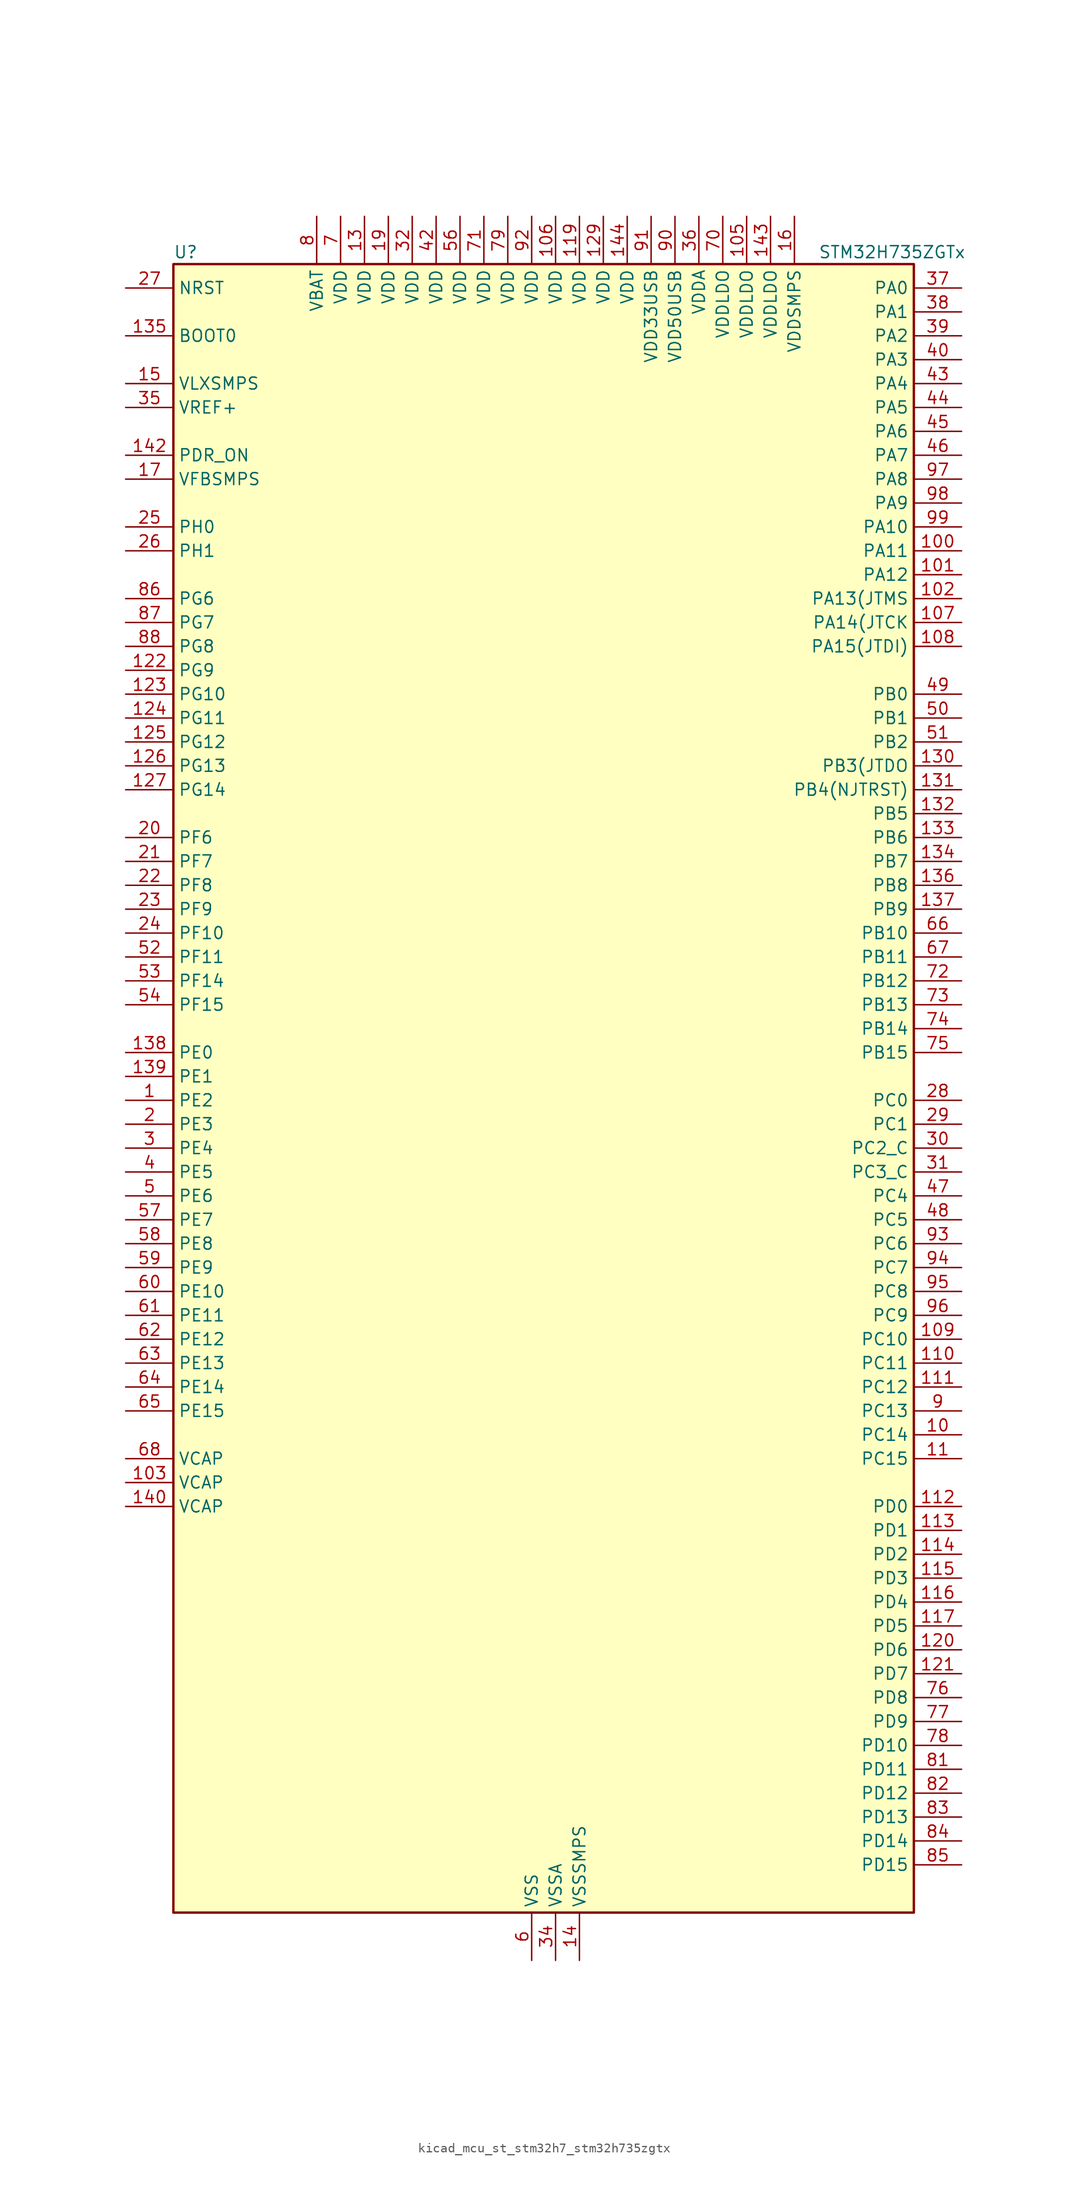
<source format=kicad_sym>
(kicad_symbol_lib
  (version 20220914)
  (generator kicad_symbol_editor)
  (symbol "kicad_mcu_st_stm32h7_stm32h735zgtx"
    (property "Reference" "U"
      (at -38.1 90.17 0)
      (effects (font (size 1.27 1.27)) (justify left)))
    (property "Value" "STM32H735ZGTx"
      (at 30.48 90.17 0)
      (effects (font (size 1.27 1.27)) (justify left)))
    (property "ki_locked" ""
      (at 0 0 0)
      (effects (font (size 1.27 1.27))))
    (symbol "kicad_mcu_st_stm32h7_stm32h735zgtx_0_1"
      (rectangle (start -38.1 -86.36) (end 40.64 88.9) (stroke (width 0.254) (type default)) (fill (type background))))
    (symbol "kicad_mcu_st_stm32h7_stm32h735zgtx_1_1"
      (pin bidirectional line (at -43.18 0 0) (length 5.08) (name "PE2" (effects (font (size 1.27 1.27)))) (number "1" (effects (font (size 1.27 1.27)))) (alternate "DEBUG_TRACECLK" bidirectional line) (alternate "ETH_TXD3" bidirectional line) (alternate "FMC_A23" bidirectional line) (alternate "OCTOSPIM_P1_IO2" bidirectional line) (alternate "SAI1_CK1" bidirectional line) (alternate "SAI1_MCLK_A" bidirectional line) (alternate "SAI4_CK1" bidirectional line) (alternate "SAI4_MCLK_A" bidirectional line) (alternate "SPI4_SCK" bidirectional line) (alternate "USART10_RX" bidirectional line))
      (pin bidirectional line (at 45.72 -35.56 180) (length 5.08) (name "PC14" (effects (font (size 1.27 1.27)))) (number "10" (effects (font (size 1.27 1.27)))) (alternate "RCC_OSC32_IN" bidirectional line))
      (pin bidirectional line (at 45.72 58.42 180) (length 5.08) (name "PA11" (effects (font (size 1.27 1.27)))) (number "100" (effects (font (size 1.27 1.27)))) (alternate "ADC1_EXTI11" bidirectional line) (alternate "ADC2_EXTI11" bidirectional line) (alternate "ADC3_EXTI11" bidirectional line) (alternate "FDCAN1_RX" bidirectional line) (alternate "I2S2_WS" bidirectional line) (alternate "LPUART1_CTS" bidirectional line) (alternate "LTDC_R4" bidirectional line) (alternate "SPI2_NSS" bidirectional line) (alternate "TIM1_CH4" bidirectional line) (alternate "UART4_RX" bidirectional line) (alternate "USART1_CTS" bidirectional line) (alternate "USART1_NSS" bidirectional line) (alternate "USB_OTG_HS_DM" bidirectional line))
      (pin bidirectional line (at 45.72 55.88 180) (length 5.08) (name "PA12" (effects (font (size 1.27 1.27)))) (number "101" (effects (font (size 1.27 1.27)))) (alternate "FDCAN1_TX" bidirectional line) (alternate "I2S2_CK" bidirectional line) (alternate "LPUART1_DE" bidirectional line) (alternate "LPUART1_RTS" bidirectional line) (alternate "LTDC_R5" bidirectional line) (alternate "SAI4_FS_B" bidirectional line) (alternate "SPI2_SCK" bidirectional line) (alternate "TIM1_BKIN2" bidirectional line) (alternate "TIM1_ETR" bidirectional line) (alternate "UART4_TX" bidirectional line) (alternate "USART1_DE" bidirectional line) (alternate "USART1_RTS" bidirectional line) (alternate "USB_OTG_HS_DP" bidirectional line))
      (pin bidirectional line (at 45.72 53.34 180) (length 5.08) (name "PA13(JTMS" (effects (font (size 1.27 1.27)))) (number "102" (effects (font (size 1.27 1.27)))) (alternate "DEBUG_JTMS-SWDIO" bidirectional line))
      (pin power_out line (at -43.18 -40.64 0) (length 5.08) (name "VCAP" (effects (font (size 1.27 1.27)))) (number "103" (effects (font (size 1.27 1.27)))))
      (pin passive line (at 0 -91.44 90) (length 5.08) hide (name "VSS" (effects (font (size 1.27 1.27)))) (number "104" (effects (font (size 1.27 1.27)))))
      (pin power_in line (at 22.86 93.98 270) (length 5.08) (name "VDDLDO" (effects (font (size 1.27 1.27)))) (number "105" (effects (font (size 1.27 1.27)))))
      (pin power_in line (at 2.54 93.98 270) (length 5.08) (name "VDD" (effects (font (size 1.27 1.27)))) (number "106" (effects (font (size 1.27 1.27)))))
      (pin bidirectional line (at 45.72 50.8 180) (length 5.08) (name "PA14(JTCK" (effects (font (size 1.27 1.27)))) (number "107" (effects (font (size 1.27 1.27)))) (alternate "DEBUG_JTCK-SWCLK" bidirectional line))
      (pin bidirectional line (at 45.72 48.26 180) (length 5.08) (name "PA15(JTDI)" (effects (font (size 1.27 1.27)))) (number "108" (effects (font (size 1.27 1.27)))) (alternate "ADC1_EXTI15" bidirectional line) (alternate "ADC2_EXTI15" bidirectional line) (alternate "ADC3_EXTI15" bidirectional line) (alternate "CEC" bidirectional line) (alternate "DEBUG_JTDI" bidirectional line) (alternate "I2S1_WS" bidirectional line) (alternate "I2S3_WS" bidirectional line) (alternate "I2S6_WS" bidirectional line) (alternate "LTDC_B6" bidirectional line) (alternate "LTDC_R3" bidirectional line) (alternate "SPI1_NSS" bidirectional line) (alternate "SPI3_NSS" bidirectional line) (alternate "SPI6_NSS" bidirectional line) (alternate "TIM2_CH1" bidirectional line) (alternate "TIM2_ETR" bidirectional line) (alternate "UART4_DE" bidirectional line) (alternate "UART4_RTS" bidirectional line) (alternate "UART7_TX" bidirectional line))
      (pin bidirectional line (at 45.72 -25.4 180) (length 5.08) (name "PC10" (effects (font (size 1.27 1.27)))) (number "109" (effects (font (size 1.27 1.27)))) (alternate "DCMI_D8" bidirectional line) (alternate "DFSDM1_CKIN5" bidirectional line) (alternate "I2C5_SDA" bidirectional line) (alternate "I2S3_CK" bidirectional line) (alternate "LTDC_B1" bidirectional line) (alternate "LTDC_R2" bidirectional line) (alternate "OCTOSPIM_P1_IO1" bidirectional line) (alternate "PSSI_D8" bidirectional line) (alternate "SDMMC1_D2" bidirectional line) (alternate "SPI3_SCK" bidirectional line) (alternate "SWPMI1_RX" bidirectional line) (alternate "UART4_TX" bidirectional line) (alternate "USART3_TX" bidirectional line))
      (pin bidirectional line (at 45.72 -38.1 180) (length 5.08) (name "PC15" (effects (font (size 1.27 1.27)))) (number "11" (effects (font (size 1.27 1.27)))) (alternate "ADC1_EXTI15" bidirectional line) (alternate "ADC2_EXTI15" bidirectional line) (alternate "ADC3_EXTI15" bidirectional line) (alternate "RCC_OSC32_OUT" bidirectional line))
      (pin bidirectional line (at 45.72 -27.94 180) (length 5.08) (name "PC11" (effects (font (size 1.27 1.27)))) (number "110" (effects (font (size 1.27 1.27)))) (alternate "ADC1_EXTI11" bidirectional line) (alternate "ADC2_EXTI11" bidirectional line) (alternate "ADC3_EXTI11" bidirectional line) (alternate "DCMI_D4" bidirectional line) (alternate "DFSDM1_DATIN5" bidirectional line) (alternate "I2C5_SCL" bidirectional line) (alternate "I2S3_SDI" bidirectional line) (alternate "LTDC_B4" bidirectional line) (alternate "OCTOSPIM_P1_NCS" bidirectional line) (alternate "PSSI_D4" bidirectional line) (alternate "SDMMC1_D3" bidirectional line) (alternate "SPI3_MISO" bidirectional line) (alternate "UART4_RX" bidirectional line) (alternate "USART3_RX" bidirectional line))
      (pin bidirectional line (at 45.72 -30.48 180) (length 5.08) (name "PC12" (effects (font (size 1.27 1.27)))) (number "111" (effects (font (size 1.27 1.27)))) (alternate "DCMI_D9" bidirectional line) (alternate "DEBUG_TRACED3" bidirectional line) (alternate "FMC_D6" bidirectional line) (alternate "FMC_DA6" bidirectional line) (alternate "I2C5_SMBA" bidirectional line) (alternate "I2S3_SDO" bidirectional line) (alternate "I2S6_CK" bidirectional line) (alternate "LTDC_R6" bidirectional line) (alternate "PSSI_D9" bidirectional line) (alternate "SDMMC1_CK" bidirectional line) (alternate "SPI3_MOSI" bidirectional line) (alternate "SPI6_SCK" bidirectional line) (alternate "TIM15_CH1" bidirectional line) (alternate "UART5_TX" bidirectional line) (alternate "USART3_CK" bidirectional line))
      (pin bidirectional line (at 45.72 -43.18 180) (length 5.08) (name "PD0" (effects (font (size 1.27 1.27)))) (number "112" (effects (font (size 1.27 1.27)))) (alternate "DFSDM1_CKIN6" bidirectional line) (alternate "FDCAN1_RX" bidirectional line) (alternate "FMC_D2" bidirectional line) (alternate "FMC_DA2" bidirectional line) (alternate "LTDC_B1" bidirectional line) (alternate "UART4_RX" bidirectional line) (alternate "UART9_CTS" bidirectional line))
      (pin bidirectional line (at 45.72 -45.72 180) (length 5.08) (name "PD1" (effects (font (size 1.27 1.27)))) (number "113" (effects (font (size 1.27 1.27)))) (alternate "DFSDM1_DATIN6" bidirectional line) (alternate "FDCAN1_TX" bidirectional line) (alternate "FMC_D3" bidirectional line) (alternate "FMC_DA3" bidirectional line) (alternate "UART4_TX" bidirectional line))
      (pin bidirectional line (at 45.72 -48.26 180) (length 5.08) (name "PD2" (effects (font (size 1.27 1.27)))) (number "114" (effects (font (size 1.27 1.27)))) (alternate "DCMI_D11" bidirectional line) (alternate "DEBUG_TRACED2" bidirectional line) (alternate "FMC_D7" bidirectional line) (alternate "FMC_DA7" bidirectional line) (alternate "LTDC_B2" bidirectional line) (alternate "LTDC_B7" bidirectional line) (alternate "PSSI_D11" bidirectional line) (alternate "SDMMC1_CMD" bidirectional line) (alternate "TIM15_BKIN" bidirectional line) (alternate "TIM3_ETR" bidirectional line) (alternate "UART5_RX" bidirectional line))
      (pin bidirectional line (at 45.72 -50.8 180) (length 5.08) (name "PD3" (effects (font (size 1.27 1.27)))) (number "115" (effects (font (size 1.27 1.27)))) (alternate "DCMI_D5" bidirectional line) (alternate "DFSDM1_CKOUT" bidirectional line) (alternate "FMC_CLK" bidirectional line) (alternate "I2S2_CK" bidirectional line) (alternate "LTDC_G7" bidirectional line) (alternate "PSSI_D5" bidirectional line) (alternate "SPI2_SCK" bidirectional line) (alternate "USART2_CTS" bidirectional line) (alternate "USART2_NSS" bidirectional line))
      (pin bidirectional line (at 45.72 -53.34 180) (length 5.08) (name "PD4" (effects (font (size 1.27 1.27)))) (number "116" (effects (font (size 1.27 1.27)))) (alternate "FMC_NOE" bidirectional line) (alternate "OCTOSPIM_P1_IO4" bidirectional line) (alternate "USART2_DE" bidirectional line) (alternate "USART2_RTS" bidirectional line))
      (pin bidirectional line (at 45.72 -55.88 180) (length 5.08) (name "PD5" (effects (font (size 1.27 1.27)))) (number "117" (effects (font (size 1.27 1.27)))) (alternate "FMC_NWE" bidirectional line) (alternate "OCTOSPIM_P1_IO5" bidirectional line) (alternate "USART2_TX" bidirectional line))
      (pin passive line (at 0 -91.44 90) (length 5.08) hide (name "VSS" (effects (font (size 1.27 1.27)))) (number "118" (effects (font (size 1.27 1.27)))))
      (pin power_in line (at 5.08 93.98 270) (length 5.08) (name "VDD" (effects (font (size 1.27 1.27)))) (number "119" (effects (font (size 1.27 1.27)))))
      (pin passive line (at 0 -91.44 90) (length 5.08) hide (name "VSS" (effects (font (size 1.27 1.27)))) (number "12" (effects (font (size 1.27 1.27)))))
      (pin bidirectional line (at 45.72 -58.42 180) (length 5.08) (name "PD6" (effects (font (size 1.27 1.27)))) (number "120" (effects (font (size 1.27 1.27)))) (alternate "DCMI_D10" bidirectional line) (alternate "DFSDM1_CKIN4" bidirectional line) (alternate "DFSDM1_DATIN1" bidirectional line) (alternate "FMC_NWAIT" bidirectional line) (alternate "I2S3_SDO" bidirectional line) (alternate "LTDC_B2" bidirectional line) (alternate "OCTOSPIM_P1_IO6" bidirectional line) (alternate "PSSI_D10" bidirectional line) (alternate "SAI1_D1" bidirectional line) (alternate "SAI1_SD_A" bidirectional line) (alternate "SAI4_D1" bidirectional line) (alternate "SAI4_SD_A" bidirectional line) (alternate "SDMMC2_CK" bidirectional line) (alternate "SPI3_MOSI" bidirectional line) (alternate "USART2_RX" bidirectional line))
      (pin bidirectional line (at 45.72 -60.96 180) (length 5.08) (name "PD7" (effects (font (size 1.27 1.27)))) (number "121" (effects (font (size 1.27 1.27)))) (alternate "DFSDM1_CKIN1" bidirectional line) (alternate "DFSDM1_DATIN4" bidirectional line) (alternate "FMC_NE1" bidirectional line) (alternate "I2S1_SDO" bidirectional line) (alternate "OCTOSPIM_P1_IO7" bidirectional line) (alternate "SDMMC2_CMD" bidirectional line) (alternate "SPDIFRX1_IN0" bidirectional line) (alternate "SPI1_MOSI" bidirectional line) (alternate "USART2_CK" bidirectional line))
      (pin bidirectional line (at -43.18 45.72 0) (length 5.08) (name "PG9" (effects (font (size 1.27 1.27)))) (number "122" (effects (font (size 1.27 1.27)))) (alternate "DAC1_EXTI9" bidirectional line) (alternate "DCMI_VSYNC" bidirectional line) (alternate "FDCAN3_TX" bidirectional line) (alternate "FMC_NCE" bidirectional line) (alternate "FMC_NE2" bidirectional line) (alternate "I2S1_SDI" bidirectional line) (alternate "OCTOSPIM_P1_IO6" bidirectional line) (alternate "PSSI_RDY" bidirectional line) (alternate "SAI4_FS_B" bidirectional line) (alternate "SDMMC2_D0" bidirectional line) (alternate "SPDIFRX1_IN3" bidirectional line) (alternate "SPI1_MISO" bidirectional line) (alternate "USART6_RX" bidirectional line))
      (pin bidirectional line (at -43.18 43.18 0) (length 5.08) (name "PG10" (effects (font (size 1.27 1.27)))) (number "123" (effects (font (size 1.27 1.27)))) (alternate "DCMI_D2" bidirectional line) (alternate "FDCAN3_RX" bidirectional line) (alternate "FMC_NE3" bidirectional line) (alternate "I2S1_WS" bidirectional line) (alternate "LTDC_B2" bidirectional line) (alternate "LTDC_G3" bidirectional line) (alternate "OCTOSPIM_P2_IO6" bidirectional line) (alternate "PSSI_D2" bidirectional line) (alternate "SAI4_SD_B" bidirectional line) (alternate "SDMMC2_D1" bidirectional line) (alternate "SPI1_NSS" bidirectional line))
      (pin bidirectional line (at -43.18 40.64 0) (length 5.08) (name "PG11" (effects (font (size 1.27 1.27)))) (number "124" (effects (font (size 1.27 1.27)))) (alternate "ADC1_EXTI11" bidirectional line) (alternate "ADC2_EXTI11" bidirectional line) (alternate "ADC3_EXTI11" bidirectional line) (alternate "DCMI_D3" bidirectional line) (alternate "ETH_TX_EN" bidirectional line) (alternate "I2S1_CK" bidirectional line) (alternate "LPTIM1_IN2" bidirectional line) (alternate "LTDC_B3" bidirectional line) (alternate "OCTOSPIM_P2_IO7" bidirectional line) (alternate "PSSI_D3" bidirectional line) (alternate "SDMMC2_D2" bidirectional line) (alternate "SPDIFRX1_IN0" bidirectional line) (alternate "SPI1_SCK" bidirectional line) (alternate "USART10_RX" bidirectional line))
      (pin bidirectional line (at -43.18 38.1 0) (length 5.08) (name "PG12" (effects (font (size 1.27 1.27)))) (number "125" (effects (font (size 1.27 1.27)))) (alternate "ETH_TXD1" bidirectional line) (alternate "FMC_NE4" bidirectional line) (alternate "I2S6_SDI" bidirectional line) (alternate "LPTIM1_IN1" bidirectional line) (alternate "LTDC_B1" bidirectional line) (alternate "LTDC_B4" bidirectional line) (alternate "OCTOSPIM_P2_NCS" bidirectional line) (alternate "SDMMC2_D3" bidirectional line) (alternate "SPDIFRX1_IN1" bidirectional line) (alternate "SPI6_MISO" bidirectional line) (alternate "TIM23_CH1" bidirectional line) (alternate "USART10_TX" bidirectional line) (alternate "USART6_DE" bidirectional line) (alternate "USART6_RTS" bidirectional line))
      (pin bidirectional line (at -43.18 35.56 0) (length 5.08) (name "PG13" (effects (font (size 1.27 1.27)))) (number "126" (effects (font (size 1.27 1.27)))) (alternate "DEBUG_TRACED0" bidirectional line) (alternate "ETH_TXD0" bidirectional line) (alternate "FMC_A24" bidirectional line) (alternate "I2S6_CK" bidirectional line) (alternate "LPTIM1_OUT" bidirectional line) (alternate "LTDC_R0" bidirectional line) (alternate "SDMMC2_D6" bidirectional line) (alternate "SPI6_SCK" bidirectional line) (alternate "TIM23_CH2" bidirectional line) (alternate "USART10_CTS" bidirectional line) (alternate "USART10_NSS" bidirectional line) (alternate "USART6_CTS" bidirectional line) (alternate "USART6_NSS" bidirectional line))
      (pin bidirectional line (at -43.18 33.02 0) (length 5.08) (name "PG14" (effects (font (size 1.27 1.27)))) (number "127" (effects (font (size 1.27 1.27)))) (alternate "DEBUG_TRACED1" bidirectional line) (alternate "ETH_TXD1" bidirectional line) (alternate "FMC_A25" bidirectional line) (alternate "I2S6_SDO" bidirectional line) (alternate "LPTIM1_ETR" bidirectional line) (alternate "LTDC_B0" bidirectional line) (alternate "OCTOSPIM_P1_IO7" bidirectional line) (alternate "SDMMC2_D7" bidirectional line) (alternate "SPI6_MOSI" bidirectional line) (alternate "TIM23_CH3" bidirectional line) (alternate "USART10_DE" bidirectional line) (alternate "USART10_RTS" bidirectional line) (alternate "USART6_TX" bidirectional line))
      (pin passive line (at 0 -91.44 90) (length 5.08) hide (name "VSS" (effects (font (size 1.27 1.27)))) (number "128" (effects (font (size 1.27 1.27)))))
      (pin power_in line (at 7.62 93.98 270) (length 5.08) (name "VDD" (effects (font (size 1.27 1.27)))) (number "129" (effects (font (size 1.27 1.27)))))
      (pin power_in line (at -17.78 93.98 270) (length 5.08) (name "VDD" (effects (font (size 1.27 1.27)))) (number "13" (effects (font (size 1.27 1.27)))))
      (pin bidirectional line (at 45.72 35.56 180) (length 5.08) (name "PB3(JTDO" (effects (font (size 1.27 1.27)))) (number "130" (effects (font (size 1.27 1.27)))) (alternate "CRS_SYNC" bidirectional line) (alternate "DEBUG_JTDO-SWO" bidirectional line) (alternate "I2S1_CK" bidirectional line) (alternate "I2S3_CK" bidirectional line) (alternate "I2S6_CK" bidirectional line) (alternate "SDMMC2_D2" bidirectional line) (alternate "SPI1_SCK" bidirectional line) (alternate "SPI3_SCK" bidirectional line) (alternate "SPI6_SCK" bidirectional line) (alternate "TIM24_ETR" bidirectional line) (alternate "TIM2_CH2" bidirectional line) (alternate "UART7_RX" bidirectional line))
      (pin bidirectional line (at 45.72 33.02 180) (length 5.08) (name "PB4(NJTRST)" (effects (font (size 1.27 1.27)))) (number "131" (effects (font (size 1.27 1.27)))) (alternate "DEBUG_JTRST" bidirectional line) (alternate "I2S1_SDI" bidirectional line) (alternate "I2S2_WS" bidirectional line) (alternate "I2S3_SDI" bidirectional line) (alternate "I2S6_SDI" bidirectional line) (alternate "SDMMC2_D3" bidirectional line) (alternate "SPI1_MISO" bidirectional line) (alternate "SPI2_NSS" bidirectional line) (alternate "SPI3_MISO" bidirectional line) (alternate "SPI6_MISO" bidirectional line) (alternate "TIM16_BKIN" bidirectional line) (alternate "TIM3_CH1" bidirectional line) (alternate "UART7_TX" bidirectional line))
      (pin bidirectional line (at 45.72 30.48 180) (length 5.08) (name "PB5" (effects (font (size 1.27 1.27)))) (number "132" (effects (font (size 1.27 1.27)))) (alternate "DCMI_D10" bidirectional line) (alternate "ETH_PPS_OUT" bidirectional line) (alternate "FDCAN2_RX" bidirectional line) (alternate "FMC_SDCKE1" bidirectional line) (alternate "I2C1_SMBA" bidirectional line) (alternate "I2C4_SMBA" bidirectional line) (alternate "I2S1_SDO" bidirectional line) (alternate "I2S3_SDO" bidirectional line) (alternate "I2S6_SDO" bidirectional line) (alternate "LTDC_B5" bidirectional line) (alternate "PSSI_D10" bidirectional line) (alternate "SPI1_MOSI" bidirectional line) (alternate "SPI3_MOSI" bidirectional line) (alternate "SPI6_MOSI" bidirectional line) (alternate "TIM17_BKIN" bidirectional line) (alternate "TIM3_CH2" bidirectional line) (alternate "UART5_RX" bidirectional line) (alternate "USB_OTG_HS_ULPI_D7" bidirectional line))
      (pin bidirectional line (at 45.72 27.94 180) (length 5.08) (name "PB6" (effects (font (size 1.27 1.27)))) (number "133" (effects (font (size 1.27 1.27)))) (alternate "CEC" bidirectional line) (alternate "DCMI_D5" bidirectional line) (alternate "DFSDM1_DATIN5" bidirectional line) (alternate "FDCAN2_TX" bidirectional line) (alternate "FMC_SDNE1" bidirectional line) (alternate "I2C1_SCL" bidirectional line) (alternate "I2C4_SCL" bidirectional line) (alternate "LPUART1_TX" bidirectional line) (alternate "OCTOSPIM_P1_NCS" bidirectional line) (alternate "PSSI_D5" bidirectional line) (alternate "TIM16_CH1N" bidirectional line) (alternate "TIM4_CH1" bidirectional line) (alternate "UART5_TX" bidirectional line) (alternate "USART1_TX" bidirectional line))
      (pin bidirectional line (at 45.72 25.4 180) (length 5.08) (name "PB7" (effects (font (size 1.27 1.27)))) (number "134" (effects (font (size 1.27 1.27)))) (alternate "DCMI_VSYNC" bidirectional line) (alternate "DFSDM1_CKIN5" bidirectional line) (alternate "FMC_NL" bidirectional line) (alternate "I2C1_SDA" bidirectional line) (alternate "I2C4_SDA" bidirectional line) (alternate "LPUART1_RX" bidirectional line) (alternate "PSSI_RDY" bidirectional line) (alternate "PWR_PVD_IN" bidirectional line) (alternate "TIM17_CH1N" bidirectional line) (alternate "TIM4_CH2" bidirectional line) (alternate "USART1_RX" bidirectional line))
      (pin input line (at -43.18 81.28 0) (length 5.08) (name "BOOT0" (effects (font (size 1.27 1.27)))) (number "135" (effects (font (size 1.27 1.27)))))
      (pin bidirectional line (at 45.72 22.86 180) (length 5.08) (name "PB8" (effects (font (size 1.27 1.27)))) (number "136" (effects (font (size 1.27 1.27)))) (alternate "DCMI_D6" bidirectional line) (alternate "DFSDM1_CKIN7" bidirectional line) (alternate "ETH_TXD3" bidirectional line) (alternate "FDCAN1_RX" bidirectional line) (alternate "I2C1_SCL" bidirectional line) (alternate "I2C4_SCL" bidirectional line) (alternate "LTDC_B6" bidirectional line) (alternate "PSSI_D6" bidirectional line) (alternate "SDMMC1_CKIN" bidirectional line) (alternate "SDMMC1_D4" bidirectional line) (alternate "SDMMC2_D4" bidirectional line) (alternate "TIM16_CH1" bidirectional line) (alternate "TIM4_CH3" bidirectional line) (alternate "UART4_RX" bidirectional line))
      (pin bidirectional line (at 45.72 20.32 180) (length 5.08) (name "PB9" (effects (font (size 1.27 1.27)))) (number "137" (effects (font (size 1.27 1.27)))) (alternate "DAC1_EXTI9" bidirectional line) (alternate "DCMI_D7" bidirectional line) (alternate "DFSDM1_DATIN7" bidirectional line) (alternate "FDCAN1_TX" bidirectional line) (alternate "I2C1_SDA" bidirectional line) (alternate "I2C4_SDA" bidirectional line) (alternate "I2C4_SMBA" bidirectional line) (alternate "I2S2_WS" bidirectional line) (alternate "LTDC_B7" bidirectional line) (alternate "PSSI_D7" bidirectional line) (alternate "SDMMC1_CDIR" bidirectional line) (alternate "SDMMC1_D5" bidirectional line) (alternate "SDMMC2_D5" bidirectional line) (alternate "SPI2_NSS" bidirectional line) (alternate "TIM17_CH1" bidirectional line) (alternate "TIM4_CH4" bidirectional line) (alternate "UART4_TX" bidirectional line))
      (pin bidirectional line (at -43.18 5.08 0) (length 5.08) (name "PE0" (effects (font (size 1.27 1.27)))) (number "138" (effects (font (size 1.27 1.27)))) (alternate "DCMI_D2" bidirectional line) (alternate "FMC_NBL0" bidirectional line) (alternate "LPTIM1_ETR" bidirectional line) (alternate "LPTIM2_ETR" bidirectional line) (alternate "LTDC_R0" bidirectional line) (alternate "PSSI_D2" bidirectional line) (alternate "SAI4_MCLK_A" bidirectional line) (alternate "TIM4_ETR" bidirectional line) (alternate "UART8_RX" bidirectional line))
      (pin bidirectional line (at -43.18 2.54 0) (length 5.08) (name "PE1" (effects (font (size 1.27 1.27)))) (number "139" (effects (font (size 1.27 1.27)))) (alternate "DCMI_D3" bidirectional line) (alternate "FMC_NBL1" bidirectional line) (alternate "LPTIM1_IN2" bidirectional line) (alternate "LTDC_R6" bidirectional line) (alternate "PSSI_D3" bidirectional line) (alternate "UART8_TX" bidirectional line))
      (pin power_in line (at 5.08 -91.44 90) (length 5.08) (name "VSSSMPS" (effects (font (size 1.27 1.27)))) (number "14" (effects (font (size 1.27 1.27)))))
      (pin power_out line (at -43.18 -43.18 0) (length 5.08) (name "VCAP" (effects (font (size 1.27 1.27)))) (number "140" (effects (font (size 1.27 1.27)))))
      (pin passive line (at 0 -91.44 90) (length 5.08) hide (name "VSS" (effects (font (size 1.27 1.27)))) (number "141" (effects (font (size 1.27 1.27)))))
      (pin input line (at -43.18 68.58 0) (length 5.08) (name "PDR_ON" (effects (font (size 1.27 1.27)))) (number "142" (effects (font (size 1.27 1.27)))))
      (pin power_in line (at 25.4 93.98 270) (length 5.08) (name "VDDLDO" (effects (font (size 1.27 1.27)))) (number "143" (effects (font (size 1.27 1.27)))))
      (pin power_in line (at 10.16 93.98 270) (length 5.08) (name "VDD" (effects (font (size 1.27 1.27)))) (number "144" (effects (font (size 1.27 1.27)))))
      (pin power_in line (at -43.18 76.2 0) (length 5.08) (name "VLXSMPS" (effects (font (size 1.27 1.27)))) (number "15" (effects (font (size 1.27 1.27)))))
      (pin power_in line (at 27.94 93.98 270) (length 5.08) (name "VDDSMPS" (effects (font (size 1.27 1.27)))) (number "16" (effects (font (size 1.27 1.27)))))
      (pin input line (at -43.18 66.04 0) (length 5.08) (name "VFBSMPS" (effects (font (size 1.27 1.27)))) (number "17" (effects (font (size 1.27 1.27)))))
      (pin passive line (at 0 -91.44 90) (length 5.08) hide (name "VSS" (effects (font (size 1.27 1.27)))) (number "18" (effects (font (size 1.27 1.27)))))
      (pin power_in line (at -15.24 93.98 270) (length 5.08) (name "VDD" (effects (font (size 1.27 1.27)))) (number "19" (effects (font (size 1.27 1.27)))))
      (pin bidirectional line (at -43.18 -2.54 0) (length 5.08) (name "PE3" (effects (font (size 1.27 1.27)))) (number "2" (effects (font (size 1.27 1.27)))) (alternate "DEBUG_TRACED0" bidirectional line) (alternate "FMC_A19" bidirectional line) (alternate "SAI1_SD_B" bidirectional line) (alternate "SAI4_SD_B" bidirectional line) (alternate "TIM15_BKIN" bidirectional line) (alternate "USART10_TX" bidirectional line))
      (pin bidirectional line (at -43.18 27.94 0) (length 5.08) (name "PF6" (effects (font (size 1.27 1.27)))) (number "20" (effects (font (size 1.27 1.27)))) (alternate "ADC3_INN4" bidirectional line) (alternate "ADC3_INP8" bidirectional line) (alternate "FDCAN3_RX" bidirectional line) (alternate "OCTOSPIM_P1_IO3" bidirectional line) (alternate "SAI1_SD_B" bidirectional line) (alternate "SAI4_SD_B" bidirectional line) (alternate "SPI5_NSS" bidirectional line) (alternate "TIM16_CH1" bidirectional line) (alternate "TIM23_CH1" bidirectional line) (alternate "UART7_RX" bidirectional line))
      (pin bidirectional line (at -43.18 25.4 0) (length 5.08) (name "PF7" (effects (font (size 1.27 1.27)))) (number "21" (effects (font (size 1.27 1.27)))) (alternate "ADC3_INP3" bidirectional line) (alternate "FDCAN3_TX" bidirectional line) (alternate "OCTOSPIM_P1_IO2" bidirectional line) (alternate "SAI1_MCLK_B" bidirectional line) (alternate "SAI4_MCLK_B" bidirectional line) (alternate "SPI5_SCK" bidirectional line) (alternate "TIM17_CH1" bidirectional line) (alternate "TIM23_CH2" bidirectional line) (alternate "UART7_TX" bidirectional line))
      (pin bidirectional line (at -43.18 22.86 0) (length 5.08) (name "PF8" (effects (font (size 1.27 1.27)))) (number "22" (effects (font (size 1.27 1.27)))) (alternate "ADC3_INN3" bidirectional line) (alternate "ADC3_INP7" bidirectional line) (alternate "OCTOSPIM_P1_IO0" bidirectional line) (alternate "SAI1_SCK_B" bidirectional line) (alternate "SAI4_SCK_B" bidirectional line) (alternate "SPI5_MISO" bidirectional line) (alternate "TIM13_CH1" bidirectional line) (alternate "TIM16_CH1N" bidirectional line) (alternate "TIM23_CH3" bidirectional line) (alternate "UART7_DE" bidirectional line) (alternate "UART7_RTS" bidirectional line))
      (pin bidirectional line (at -43.18 20.32 0) (length 5.08) (name "PF9" (effects (font (size 1.27 1.27)))) (number "23" (effects (font (size 1.27 1.27)))) (alternate "ADC3_INP2" bidirectional line) (alternate "DAC1_EXTI9" bidirectional line) (alternate "OCTOSPIM_P1_IO1" bidirectional line) (alternate "SAI1_FS_B" bidirectional line) (alternate "SAI4_FS_B" bidirectional line) (alternate "SPI5_MOSI" bidirectional line) (alternate "TIM14_CH1" bidirectional line) (alternate "TIM17_CH1N" bidirectional line) (alternate "TIM23_CH4" bidirectional line) (alternate "UART7_CTS" bidirectional line))
      (pin bidirectional line (at -43.18 17.78 0) (length 5.08) (name "PF10" (effects (font (size 1.27 1.27)))) (number "24" (effects (font (size 1.27 1.27)))) (alternate "ADC3_INN2" bidirectional line) (alternate "ADC3_INP6" bidirectional line) (alternate "DCMI_D11" bidirectional line) (alternate "LTDC_DE" bidirectional line) (alternate "OCTOSPIM_P1_CLK" bidirectional line) (alternate "PSSI_D11" bidirectional line) (alternate "PSSI_D15" bidirectional line) (alternate "SAI1_D3" bidirectional line) (alternate "SAI4_D3" bidirectional line) (alternate "TIM16_BKIN" bidirectional line))
      (pin bidirectional line (at -43.18 60.96 0) (length 5.08) (name "PH0" (effects (font (size 1.27 1.27)))) (number "25" (effects (font (size 1.27 1.27)))) (alternate "RCC_OSC_IN" bidirectional line))
      (pin bidirectional line (at -43.18 58.42 0) (length 5.08) (name "PH1" (effects (font (size 1.27 1.27)))) (number "26" (effects (font (size 1.27 1.27)))) (alternate "RCC_OSC_OUT" bidirectional line))
      (pin input line (at -43.18 86.36 0) (length 5.08) (name "NRST" (effects (font (size 1.27 1.27)))) (number "27" (effects (font (size 1.27 1.27)))))
      (pin bidirectional line (at 45.72 0 180) (length 5.08) (name "PC0" (effects (font (size 1.27 1.27)))) (number "28" (effects (font (size 1.27 1.27)))) (alternate "ADC1_INP10" bidirectional line) (alternate "ADC2_INP10" bidirectional line) (alternate "ADC3_INP10" bidirectional line) (alternate "DFSDM1_CKIN0" bidirectional line) (alternate "DFSDM1_DATIN4" bidirectional line) (alternate "FMC_A25" bidirectional line) (alternate "FMC_D12" bidirectional line) (alternate "FMC_DA12" bidirectional line) (alternate "FMC_SDNWE" bidirectional line) (alternate "LTDC_G2" bidirectional line) (alternate "LTDC_R5" bidirectional line) (alternate "SAI4_FS_B" bidirectional line) (alternate "USB_OTG_HS_ULPI_STP" bidirectional line))
      (pin bidirectional line (at 45.72 -2.54 180) (length 5.08) (name "PC1" (effects (font (size 1.27 1.27)))) (number "29" (effects (font (size 1.27 1.27)))) (alternate "ADC1_INN10" bidirectional line) (alternate "ADC1_INP11" bidirectional line) (alternate "ADC2_INN10" bidirectional line) (alternate "ADC2_INP11" bidirectional line) (alternate "ADC3_INN10" bidirectional line) (alternate "ADC3_INP11" bidirectional line) (alternate "DEBUG_TRACED0" bidirectional line) (alternate "DFSDM1_CKIN4" bidirectional line) (alternate "DFSDM1_DATIN0" bidirectional line) (alternate "ETH_MDC" bidirectional line) (alternate "I2S2_SDO" bidirectional line) (alternate "LTDC_G5" bidirectional line) (alternate "MDIOS_MDC" bidirectional line) (alternate "OCTOSPIM_P1_IO4" bidirectional line) (alternate "PWR_WKUP6" bidirectional line) (alternate "RTC_TAMP3" bidirectional line) (alternate "SAI1_D1" bidirectional line) (alternate "SAI1_SD_A" bidirectional line) (alternate "SAI4_D1" bidirectional line) (alternate "SAI4_SD_A" bidirectional line) (alternate "SDMMC2_CK" bidirectional line) (alternate "SPI2_MOSI" bidirectional line))
      (pin bidirectional line (at -43.18 -5.08 0) (length 5.08) (name "PE4" (effects (font (size 1.27 1.27)))) (number "3" (effects (font (size 1.27 1.27)))) (alternate "DCMI_D4" bidirectional line) (alternate "DEBUG_TRACED1" bidirectional line) (alternate "DFSDM1_DATIN3" bidirectional line) (alternate "FMC_A20" bidirectional line) (alternate "LTDC_B0" bidirectional line) (alternate "PSSI_D4" bidirectional line) (alternate "SAI1_D2" bidirectional line) (alternate "SAI1_FS_A" bidirectional line) (alternate "SAI4_D2" bidirectional line) (alternate "SAI4_FS_A" bidirectional line) (alternate "SPI4_NSS" bidirectional line) (alternate "TIM15_CH1N" bidirectional line))
      (pin bidirectional line (at 45.72 -5.08 180) (length 5.08) (name "PC2_C" (effects (font (size 1.27 1.27)))) (number "30" (effects (font (size 1.27 1.27)))) (alternate "ADC3_INN1" bidirectional line) (alternate "ADC3_INP0" bidirectional line) (alternate "DFSDM1_CKIN1" bidirectional line) (alternate "DFSDM1_CKOUT" bidirectional line) (alternate "ETH_TXD2" bidirectional line) (alternate "FMC_SDNE0" bidirectional line) (alternate "I2S2_SDI" bidirectional line) (alternate "OCTOSPIM_P1_IO2" bidirectional line) (alternate "OCTOSPIM_P1_IO5" bidirectional line) (alternate "PWR_CSTOP" bidirectional line) (alternate "SPI2_MISO" bidirectional line) (alternate "USB_OTG_HS_ULPI_DIR" bidirectional line))
      (pin bidirectional line (at 45.72 -7.62 180) (length 5.08) (name "PC3_C" (effects (font (size 1.27 1.27)))) (number "31" (effects (font (size 1.27 1.27)))) (alternate "ADC3_INP1" bidirectional line) (alternate "DFSDM1_DATIN1" bidirectional line) (alternate "ETH_TX_CLK" bidirectional line) (alternate "FMC_SDCKE0" bidirectional line) (alternate "I2S2_SDO" bidirectional line) (alternate "OCTOSPIM_P1_IO0" bidirectional line) (alternate "OCTOSPIM_P1_IO6" bidirectional line) (alternate "PWR_CSLEEP" bidirectional line) (alternate "SPI2_MOSI" bidirectional line) (alternate "USB_OTG_HS_ULPI_NXT" bidirectional line))
      (pin power_in line (at -12.7 93.98 270) (length 5.08) (name "VDD" (effects (font (size 1.27 1.27)))) (number "32" (effects (font (size 1.27 1.27)))))
      (pin passive line (at 0 -91.44 90) (length 5.08) hide (name "VSS" (effects (font (size 1.27 1.27)))) (number "33" (effects (font (size 1.27 1.27)))))
      (pin power_in line (at 2.54 -91.44 90) (length 5.08) (name "VSSA" (effects (font (size 1.27 1.27)))) (number "34" (effects (font (size 1.27 1.27)))))
      (pin input line (at -43.18 73.66 0) (length 5.08) (name "VREF+" (effects (font (size 1.27 1.27)))) (number "35" (effects (font (size 1.27 1.27)))) (alternate "VREFBUF_OUT" bidirectional line))
      (pin power_in line (at 17.78 93.98 270) (length 5.08) (name "VDDA" (effects (font (size 1.27 1.27)))) (number "36" (effects (font (size 1.27 1.27)))))
      (pin bidirectional line (at 45.72 86.36 180) (length 5.08) (name "PA0" (effects (font (size 1.27 1.27)))) (number "37" (effects (font (size 1.27 1.27)))) (alternate "ADC1_INP16" bidirectional line) (alternate "ETH_CRS" bidirectional line) (alternate "FMC_A19" bidirectional line) (alternate "I2S6_WS" bidirectional line) (alternate "PWR_WKUP1" bidirectional line) (alternate "SAI4_SD_B" bidirectional line) (alternate "SDMMC2_CMD" bidirectional line) (alternate "SPI6_NSS" bidirectional line) (alternate "TIM15_BKIN" bidirectional line) (alternate "TIM2_CH1" bidirectional line) (alternate "TIM2_ETR" bidirectional line) (alternate "TIM5_CH1" bidirectional line) (alternate "TIM8_ETR" bidirectional line) (alternate "UART4_TX" bidirectional line) (alternate "USART2_CTS" bidirectional line) (alternate "USART2_NSS" bidirectional line))
      (pin bidirectional line (at 45.72 83.82 180) (length 5.08) (name "PA1" (effects (font (size 1.27 1.27)))) (number "38" (effects (font (size 1.27 1.27)))) (alternate "ADC1_INN16" bidirectional line) (alternate "ADC1_INP17" bidirectional line) (alternate "ETH_REF_CLK" bidirectional line) (alternate "ETH_RX_CLK" bidirectional line) (alternate "LPTIM3_OUT" bidirectional line) (alternate "LTDC_R2" bidirectional line) (alternate "OCTOSPIM_P1_DQS" bidirectional line) (alternate "OCTOSPIM_P1_IO3" bidirectional line) (alternate "SAI4_MCLK_B" bidirectional line) (alternate "TIM15_CH1N" bidirectional line) (alternate "TIM2_CH2" bidirectional line) (alternate "TIM5_CH2" bidirectional line) (alternate "UART4_RX" bidirectional line) (alternate "USART2_DE" bidirectional line) (alternate "USART2_RTS" bidirectional line))
      (pin bidirectional line (at 45.72 81.28 180) (length 5.08) (name "PA2" (effects (font (size 1.27 1.27)))) (number "39" (effects (font (size 1.27 1.27)))) (alternate "ADC1_INP14" bidirectional line) (alternate "ADC2_INP14" bidirectional line) (alternate "ETH_MDIO" bidirectional line) (alternate "LPTIM4_OUT" bidirectional line) (alternate "LTDC_R1" bidirectional line) (alternate "MDIOS_MDIO" bidirectional line) (alternate "OCTOSPIM_P1_IO0" bidirectional line) (alternate "PWR_WKUP2" bidirectional line) (alternate "SAI4_SCK_B" bidirectional line) (alternate "TIM15_CH1" bidirectional line) (alternate "TIM2_CH3" bidirectional line) (alternate "TIM5_CH3" bidirectional line) (alternate "USART2_TX" bidirectional line))
      (pin bidirectional line (at -43.18 -7.62 0) (length 5.08) (name "PE5" (effects (font (size 1.27 1.27)))) (number "4" (effects (font (size 1.27 1.27)))) (alternate "DCMI_D6" bidirectional line) (alternate "DEBUG_TRACED2" bidirectional line) (alternate "DFSDM1_CKIN3" bidirectional line) (alternate "FMC_A21" bidirectional line) (alternate "LTDC_G0" bidirectional line) (alternate "PSSI_D6" bidirectional line) (alternate "SAI1_CK2" bidirectional line) (alternate "SAI1_SCK_A" bidirectional line) (alternate "SAI4_CK2" bidirectional line) (alternate "SAI4_SCK_A" bidirectional line) (alternate "SPI4_MISO" bidirectional line) (alternate "TIM15_CH1" bidirectional line))
      (pin bidirectional line (at 45.72 78.74 180) (length 5.08) (name "PA3" (effects (font (size 1.27 1.27)))) (number "40" (effects (font (size 1.27 1.27)))) (alternate "ADC1_INP15" bidirectional line) (alternate "ADC2_INP15" bidirectional line) (alternate "ETH_COL" bidirectional line) (alternate "I2S6_MCK" bidirectional line) (alternate "LPTIM5_OUT" bidirectional line) (alternate "LTDC_B2" bidirectional line) (alternate "LTDC_B5" bidirectional line) (alternate "OCTOSPIM_P1_CLK" bidirectional line) (alternate "OCTOSPIM_P1_IO2" bidirectional line) (alternate "TIM15_CH2" bidirectional line) (alternate "TIM2_CH4" bidirectional line) (alternate "TIM5_CH4" bidirectional line) (alternate "USART2_RX" bidirectional line) (alternate "USB_OTG_HS_ULPI_D0" bidirectional line))
      (pin passive line (at 0 -91.44 90) (length 5.08) hide (name "VSS" (effects (font (size 1.27 1.27)))) (number "41" (effects (font (size 1.27 1.27)))))
      (pin power_in line (at -10.16 93.98 270) (length 5.08) (name "VDD" (effects (font (size 1.27 1.27)))) (number "42" (effects (font (size 1.27 1.27)))))
      (pin bidirectional line (at 45.72 76.2 180) (length 5.08) (name "PA4" (effects (font (size 1.27 1.27)))) (number "43" (effects (font (size 1.27 1.27)))) (alternate "ADC1_INP18" bidirectional line) (alternate "ADC2_INP18" bidirectional line) (alternate "DAC1_OUT1" bidirectional line) (alternate "DCMI_HSYNC" bidirectional line) (alternate "FMC_D8" bidirectional line) (alternate "FMC_DA8" bidirectional line) (alternate "I2S1_WS" bidirectional line) (alternate "I2S3_WS" bidirectional line) (alternate "I2S6_WS" bidirectional line) (alternate "LTDC_VSYNC" bidirectional line) (alternate "PSSI_DE" bidirectional line) (alternate "SPI1_NSS" bidirectional line) (alternate "SPI3_NSS" bidirectional line) (alternate "SPI6_NSS" bidirectional line) (alternate "TIM5_ETR" bidirectional line) (alternate "USART2_CK" bidirectional line))
      (pin bidirectional line (at 45.72 73.66 180) (length 5.08) (name "PA5" (effects (font (size 1.27 1.27)))) (number "44" (effects (font (size 1.27 1.27)))) (alternate "ADC1_INN18" bidirectional line) (alternate "ADC1_INP19" bidirectional line) (alternate "ADC2_INN18" bidirectional line) (alternate "ADC2_INP19" bidirectional line) (alternate "DAC1_OUT2" bidirectional line) (alternate "FMC_D9" bidirectional line) (alternate "FMC_DA9" bidirectional line) (alternate "I2S1_CK" bidirectional line) (alternate "I2S6_CK" bidirectional line) (alternate "LTDC_R4" bidirectional line) (alternate "PSSI_D14" bidirectional line) (alternate "PWR_NDSTOP2" bidirectional line) (alternate "SPI1_SCK" bidirectional line) (alternate "SPI6_SCK" bidirectional line) (alternate "TIM2_CH1" bidirectional line) (alternate "TIM2_ETR" bidirectional line) (alternate "TIM8_CH1N" bidirectional line) (alternate "USB_OTG_HS_ULPI_CK" bidirectional line))
      (pin bidirectional line (at 45.72 71.12 180) (length 5.08) (name "PA6" (effects (font (size 1.27 1.27)))) (number "45" (effects (font (size 1.27 1.27)))) (alternate "ADC1_INP3" bidirectional line) (alternate "ADC2_INP3" bidirectional line) (alternate "DCMI_PIXCLK" bidirectional line) (alternate "I2S1_SDI" bidirectional line) (alternate "I2S6_SDI" bidirectional line) (alternate "LTDC_G2" bidirectional line) (alternate "MDIOS_MDC" bidirectional line) (alternate "OCTOSPIM_P1_IO3" bidirectional line) (alternate "PSSI_PDCK" bidirectional line) (alternate "SPI1_MISO" bidirectional line) (alternate "SPI6_MISO" bidirectional line) (alternate "TIM13_CH1" bidirectional line) (alternate "TIM1_BKIN" bidirectional line) (alternate "TIM1_BKIN_COMP1" bidirectional line) (alternate "TIM1_BKIN_COMP2" bidirectional line) (alternate "TIM3_CH1" bidirectional line) (alternate "TIM8_BKIN" bidirectional line) (alternate "TIM8_BKIN_COMP1" bidirectional line) (alternate "TIM8_BKIN_COMP2" bidirectional line))
      (pin bidirectional line (at 45.72 68.58 180) (length 5.08) (name "PA7" (effects (font (size 1.27 1.27)))) (number "46" (effects (font (size 1.27 1.27)))) (alternate "ADC1_INN3" bidirectional line) (alternate "ADC1_INP7" bidirectional line) (alternate "ADC2_INN3" bidirectional line) (alternate "ADC2_INP7" bidirectional line) (alternate "ETH_CRS_DV" bidirectional line) (alternate "ETH_RX_DV" bidirectional line) (alternate "FMC_SDNWE" bidirectional line) (alternate "I2S1_SDO" bidirectional line) (alternate "I2S6_SDO" bidirectional line) (alternate "LTDC_VSYNC" bidirectional line) (alternate "OCTOSPIM_P1_IO2" bidirectional line) (alternate "OPAMP1_VINM" bidirectional line) (alternate "SPI1_MOSI" bidirectional line) (alternate "SPI6_MOSI" bidirectional line) (alternate "TIM14_CH1" bidirectional line) (alternate "TIM1_CH1N" bidirectional line) (alternate "TIM3_CH2" bidirectional line) (alternate "TIM8_CH1N" bidirectional line))
      (pin bidirectional line (at 45.72 -10.16 180) (length 5.08) (name "PC4" (effects (font (size 1.27 1.27)))) (number "47" (effects (font (size 1.27 1.27)))) (alternate "ADC1_INP4" bidirectional line) (alternate "ADC2_INP4" bidirectional line) (alternate "COMP1_INM" bidirectional line) (alternate "DFSDM1_CKIN2" bidirectional line) (alternate "ETH_RXD0" bidirectional line) (alternate "FMC_A22" bidirectional line) (alternate "FMC_SDNE0" bidirectional line) (alternate "I2S1_MCK" bidirectional line) (alternate "LTDC_R7" bidirectional line) (alternate "OPAMP1_VOUT" bidirectional line) (alternate "SDMMC2_CKIN" bidirectional line) (alternate "SPDIFRX1_IN2" bidirectional line))
      (pin bidirectional line (at 45.72 -12.7 180) (length 5.08) (name "PC5" (effects (font (size 1.27 1.27)))) (number "48" (effects (font (size 1.27 1.27)))) (alternate "ADC1_INN4" bidirectional line) (alternate "ADC1_INP8" bidirectional line) (alternate "ADC2_INN4" bidirectional line) (alternate "ADC2_INP8" bidirectional line) (alternate "COMP1_OUT" bidirectional line) (alternate "DFSDM1_DATIN2" bidirectional line) (alternate "ETH_RXD1" bidirectional line) (alternate "FMC_SDCKE0" bidirectional line) (alternate "LTDC_DE" bidirectional line) (alternate "OCTOSPIM_P1_DQS" bidirectional line) (alternate "OPAMP1_VINM" bidirectional line) (alternate "PSSI_D15" bidirectional line) (alternate "SAI1_D3" bidirectional line) (alternate "SAI4_D3" bidirectional line) (alternate "SPDIFRX1_IN3" bidirectional line))
      (pin bidirectional line (at 45.72 43.18 180) (length 5.08) (name "PB0" (effects (font (size 1.27 1.27)))) (number "49" (effects (font (size 1.27 1.27)))) (alternate "ADC1_INN5" bidirectional line) (alternate "ADC1_INP9" bidirectional line) (alternate "ADC2_INN5" bidirectional line) (alternate "ADC2_INP9" bidirectional line) (alternate "COMP1_INP" bidirectional line) (alternate "DFSDM1_CKOUT" bidirectional line) (alternate "ETH_RXD2" bidirectional line) (alternate "LTDC_G1" bidirectional line) (alternate "LTDC_R3" bidirectional line) (alternate "OCTOSPIM_P1_IO1" bidirectional line) (alternate "OPAMP1_VINP" bidirectional line) (alternate "TIM1_CH2N" bidirectional line) (alternate "TIM3_CH3" bidirectional line) (alternate "TIM8_CH2N" bidirectional line) (alternate "UART4_CTS" bidirectional line) (alternate "USB_OTG_HS_ULPI_D1" bidirectional line))
      (pin bidirectional line (at -43.18 -10.16 0) (length 5.08) (name "PE6" (effects (font (size 1.27 1.27)))) (number "5" (effects (font (size 1.27 1.27)))) (alternate "DCMI_D7" bidirectional line) (alternate "DEBUG_TRACED3" bidirectional line) (alternate "FMC_A22" bidirectional line) (alternate "LTDC_G1" bidirectional line) (alternate "PSSI_D7" bidirectional line) (alternate "SAI1_D1" bidirectional line) (alternate "SAI1_SD_A" bidirectional line) (alternate "SAI4_D1" bidirectional line) (alternate "SAI4_MCLK_B" bidirectional line) (alternate "SAI4_SD_A" bidirectional line) (alternate "SPI4_MOSI" bidirectional line) (alternate "TIM15_CH2" bidirectional line) (alternate "TIM1_BKIN2" bidirectional line) (alternate "TIM1_BKIN2_COMP1" bidirectional line) (alternate "TIM1_BKIN2_COMP2" bidirectional line))
      (pin bidirectional line (at 45.72 40.64 180) (length 5.08) (name "PB1" (effects (font (size 1.27 1.27)))) (number "50" (effects (font (size 1.27 1.27)))) (alternate "ADC1_INP5" bidirectional line) (alternate "ADC2_INP5" bidirectional line) (alternate "COMP1_INM" bidirectional line) (alternate "DFSDM1_DATIN1" bidirectional line) (alternate "ETH_RXD3" bidirectional line) (alternate "LTDC_G0" bidirectional line) (alternate "LTDC_R6" bidirectional line) (alternate "OCTOSPIM_P1_IO0" bidirectional line) (alternate "TIM1_CH3N" bidirectional line) (alternate "TIM3_CH4" bidirectional line) (alternate "TIM8_CH3N" bidirectional line) (alternate "USB_OTG_HS_ULPI_D2" bidirectional line))
      (pin bidirectional line (at 45.72 38.1 180) (length 5.08) (name "PB2" (effects (font (size 1.27 1.27)))) (number "51" (effects (font (size 1.27 1.27)))) (alternate "COMP1_INP" bidirectional line) (alternate "DFSDM1_CKIN1" bidirectional line) (alternate "ETH_TX_ER" bidirectional line) (alternate "I2S3_SDO" bidirectional line) (alternate "OCTOSPIM_P1_CLK" bidirectional line) (alternate "OCTOSPIM_P1_DQS" bidirectional line) (alternate "RTC_OUT_ALARM" bidirectional line) (alternate "RTC_OUT_CALIB" bidirectional line) (alternate "SAI1_D1" bidirectional line) (alternate "SAI1_SD_A" bidirectional line) (alternate "SAI4_D1" bidirectional line) (alternate "SAI4_SD_A" bidirectional line) (alternate "SPI3_MOSI" bidirectional line) (alternate "TIM23_ETR" bidirectional line))
      (pin bidirectional line (at -43.18 15.24 0) (length 5.08) (name "PF11" (effects (font (size 1.27 1.27)))) (number "52" (effects (font (size 1.27 1.27)))) (alternate "ADC1_EXTI11" bidirectional line) (alternate "ADC1_INP2" bidirectional line) (alternate "ADC2_EXTI11" bidirectional line) (alternate "ADC3_EXTI11" bidirectional line) (alternate "DCMI_D12" bidirectional line) (alternate "FMC_SDNRAS" bidirectional line) (alternate "OCTOSPIM_P1_NCLK" bidirectional line) (alternate "PSSI_D12" bidirectional line) (alternate "SAI4_SD_B" bidirectional line) (alternate "SPI5_MOSI" bidirectional line) (alternate "TIM24_CH1" bidirectional line))
      (pin bidirectional line (at -43.18 12.7 0) (length 5.08) (name "PF14" (effects (font (size 1.27 1.27)))) (number "53" (effects (font (size 1.27 1.27)))) (alternate "ADC2_INN2" bidirectional line) (alternate "ADC2_INP6" bidirectional line) (alternate "DFSDM1_CKIN6" bidirectional line) (alternate "FMC_A8" bidirectional line) (alternate "I2C4_SCL" bidirectional line) (alternate "TIM24_CH4" bidirectional line))
      (pin bidirectional line (at -43.18 10.16 0) (length 5.08) (name "PF15" (effects (font (size 1.27 1.27)))) (number "54" (effects (font (size 1.27 1.27)))) (alternate "ADC1_EXTI15" bidirectional line) (alternate "ADC2_EXTI15" bidirectional line) (alternate "ADC3_EXTI15" bidirectional line) (alternate "FMC_A9" bidirectional line) (alternate "I2C4_SDA" bidirectional line))
      (pin passive line (at 0 -91.44 90) (length 5.08) hide (name "VSS" (effects (font (size 1.27 1.27)))) (number "55" (effects (font (size 1.27 1.27)))))
      (pin power_in line (at -7.62 93.98 270) (length 5.08) (name "VDD" (effects (font (size 1.27 1.27)))) (number "56" (effects (font (size 1.27 1.27)))))
      (pin bidirectional line (at -43.18 -12.7 0) (length 5.08) (name "PE7" (effects (font (size 1.27 1.27)))) (number "57" (effects (font (size 1.27 1.27)))) (alternate "COMP2_INM" bidirectional line) (alternate "DFSDM1_DATIN2" bidirectional line) (alternate "FMC_D4" bidirectional line) (alternate "FMC_DA4" bidirectional line) (alternate "OCTOSPIM_P1_IO4" bidirectional line) (alternate "OPAMP2_VOUT" bidirectional line) (alternate "TIM1_ETR" bidirectional line) (alternate "UART7_RX" bidirectional line))
      (pin bidirectional line (at -43.18 -15.24 0) (length 5.08) (name "PE8" (effects (font (size 1.27 1.27)))) (number "58" (effects (font (size 1.27 1.27)))) (alternate "COMP2_OUT" bidirectional line) (alternate "DFSDM1_CKIN2" bidirectional line) (alternate "FMC_D5" bidirectional line) (alternate "FMC_DA5" bidirectional line) (alternate "OCTOSPIM_P1_IO5" bidirectional line) (alternate "OPAMP2_VINM" bidirectional line) (alternate "TIM1_CH1N" bidirectional line) (alternate "UART7_TX" bidirectional line))
      (pin bidirectional line (at -43.18 -17.78 0) (length 5.08) (name "PE9" (effects (font (size 1.27 1.27)))) (number "59" (effects (font (size 1.27 1.27)))) (alternate "COMP2_INP" bidirectional line) (alternate "DAC1_EXTI9" bidirectional line) (alternate "DFSDM1_CKOUT" bidirectional line) (alternate "FMC_D6" bidirectional line) (alternate "FMC_DA6" bidirectional line) (alternate "OCTOSPIM_P1_IO6" bidirectional line) (alternate "OPAMP2_VINP" bidirectional line) (alternate "TIM1_CH1" bidirectional line) (alternate "UART7_DE" bidirectional line) (alternate "UART7_RTS" bidirectional line))
      (pin power_in line (at 0 -91.44 90) (length 5.08) (name "VSS" (effects (font (size 1.27 1.27)))) (number "6" (effects (font (size 1.27 1.27)))))
      (pin bidirectional line (at -43.18 -20.32 0) (length 5.08) (name "PE10" (effects (font (size 1.27 1.27)))) (number "60" (effects (font (size 1.27 1.27)))) (alternate "COMP2_INM" bidirectional line) (alternate "DFSDM1_DATIN4" bidirectional line) (alternate "FMC_D7" bidirectional line) (alternate "FMC_DA7" bidirectional line) (alternate "OCTOSPIM_P1_IO7" bidirectional line) (alternate "TIM1_CH2N" bidirectional line) (alternate "UART7_CTS" bidirectional line))
      (pin bidirectional line (at -43.18 -22.86 0) (length 5.08) (name "PE11" (effects (font (size 1.27 1.27)))) (number "61" (effects (font (size 1.27 1.27)))) (alternate "ADC1_EXTI11" bidirectional line) (alternate "ADC2_EXTI11" bidirectional line) (alternate "ADC3_EXTI11" bidirectional line) (alternate "COMP2_INP" bidirectional line) (alternate "DFSDM1_CKIN4" bidirectional line) (alternate "FMC_D8" bidirectional line) (alternate "FMC_DA8" bidirectional line) (alternate "LTDC_G3" bidirectional line) (alternate "OCTOSPIM_P1_NCS" bidirectional line) (alternate "SAI4_SD_B" bidirectional line) (alternate "SPI4_NSS" bidirectional line) (alternate "TIM1_CH2" bidirectional line))
      (pin bidirectional line (at -43.18 -25.4 0) (length 5.08) (name "PE12" (effects (font (size 1.27 1.27)))) (number "62" (effects (font (size 1.27 1.27)))) (alternate "COMP1_OUT" bidirectional line) (alternate "DFSDM1_DATIN5" bidirectional line) (alternate "FMC_D9" bidirectional line) (alternate "FMC_DA9" bidirectional line) (alternate "LTDC_B4" bidirectional line) (alternate "SAI4_SCK_B" bidirectional line) (alternate "SPI4_SCK" bidirectional line) (alternate "TIM1_CH3N" bidirectional line))
      (pin bidirectional line (at -43.18 -27.94 0) (length 5.08) (name "PE13" (effects (font (size 1.27 1.27)))) (number "63" (effects (font (size 1.27 1.27)))) (alternate "COMP2_OUT" bidirectional line) (alternate "DFSDM1_CKIN5" bidirectional line) (alternate "FMC_D10" bidirectional line) (alternate "FMC_DA10" bidirectional line) (alternate "LTDC_DE" bidirectional line) (alternate "SAI4_FS_B" bidirectional line) (alternate "SPI4_MISO" bidirectional line) (alternate "TIM1_CH3" bidirectional line))
      (pin bidirectional line (at -43.18 -30.48 0) (length 5.08) (name "PE14" (effects (font (size 1.27 1.27)))) (number "64" (effects (font (size 1.27 1.27)))) (alternate "FMC_D11" bidirectional line) (alternate "FMC_DA11" bidirectional line) (alternate "LTDC_CLK" bidirectional line) (alternate "SAI4_MCLK_B" bidirectional line) (alternate "SPI4_MOSI" bidirectional line) (alternate "TIM1_CH4" bidirectional line))
      (pin bidirectional line (at -43.18 -33.02 0) (length 5.08) (name "PE15" (effects (font (size 1.27 1.27)))) (number "65" (effects (font (size 1.27 1.27)))) (alternate "ADC1_EXTI15" bidirectional line) (alternate "ADC2_EXTI15" bidirectional line) (alternate "ADC3_EXTI15" bidirectional line) (alternate "FMC_D12" bidirectional line) (alternate "FMC_DA12" bidirectional line) (alternate "LTDC_R7" bidirectional line) (alternate "TIM1_BKIN" bidirectional line) (alternate "TIM1_BKIN_COMP1" bidirectional line) (alternate "TIM1_BKIN_COMP2" bidirectional line) (alternate "USART10_CK" bidirectional line))
      (pin bidirectional line (at 45.72 17.78 180) (length 5.08) (name "PB10" (effects (font (size 1.27 1.27)))) (number "66" (effects (font (size 1.27 1.27)))) (alternate "DFSDM1_DATIN7" bidirectional line) (alternate "ETH_RX_ER" bidirectional line) (alternate "I2C2_SCL" bidirectional line) (alternate "I2S2_CK" bidirectional line) (alternate "LPTIM2_IN1" bidirectional line) (alternate "LTDC_G4" bidirectional line) (alternate "OCTOSPIM_P1_NCS" bidirectional line) (alternate "SPI2_SCK" bidirectional line) (alternate "TIM2_CH3" bidirectional line) (alternate "USART3_TX" bidirectional line) (alternate "USB_OTG_HS_ULPI_D3" bidirectional line))
      (pin bidirectional line (at 45.72 15.24 180) (length 5.08) (name "PB11" (effects (font (size 1.27 1.27)))) (number "67" (effects (font (size 1.27 1.27)))) (alternate "ADC1_EXTI11" bidirectional line) (alternate "ADC2_EXTI11" bidirectional line) (alternate "ADC3_EXTI11" bidirectional line) (alternate "DFSDM1_CKIN7" bidirectional line) (alternate "ETH_TX_EN" bidirectional line) (alternate "I2C2_SDA" bidirectional line) (alternate "LPTIM2_ETR" bidirectional line) (alternate "LTDC_G5" bidirectional line) (alternate "TIM2_CH4" bidirectional line) (alternate "USART3_RX" bidirectional line) (alternate "USB_OTG_HS_ULPI_D4" bidirectional line))
      (pin power_out line (at -43.18 -38.1 0) (length 5.08) (name "VCAP" (effects (font (size 1.27 1.27)))) (number "68" (effects (font (size 1.27 1.27)))))
      (pin passive line (at 0 -91.44 90) (length 5.08) hide (name "VSS" (effects (font (size 1.27 1.27)))) (number "69" (effects (font (size 1.27 1.27)))))
      (pin power_in line (at -20.32 93.98 270) (length 5.08) (name "VDD" (effects (font (size 1.27 1.27)))) (number "7" (effects (font (size 1.27 1.27)))))
      (pin power_in line (at 20.32 93.98 270) (length 5.08) (name "VDDLDO" (effects (font (size 1.27 1.27)))) (number "70" (effects (font (size 1.27 1.27)))))
      (pin power_in line (at -5.08 93.98 270) (length 5.08) (name "VDD" (effects (font (size 1.27 1.27)))) (number "71" (effects (font (size 1.27 1.27)))))
      (pin bidirectional line (at 45.72 12.7 180) (length 5.08) (name "PB12" (effects (font (size 1.27 1.27)))) (number "72" (effects (font (size 1.27 1.27)))) (alternate "DFSDM1_DATIN1" bidirectional line) (alternate "ETH_TXD0" bidirectional line) (alternate "FDCAN2_RX" bidirectional line) (alternate "I2C2_SMBA" bidirectional line) (alternate "I2S2_WS" bidirectional line) (alternate "OCTOSPIM_P1_IO0" bidirectional line) (alternate "OCTOSPIM_P1_NCLK" bidirectional line) (alternate "SPI2_NSS" bidirectional line) (alternate "TIM1_BKIN" bidirectional line) (alternate "TIM1_BKIN_COMP1" bidirectional line) (alternate "TIM1_BKIN_COMP2" bidirectional line) (alternate "UART5_RX" bidirectional line) (alternate "USART3_CK" bidirectional line) (alternate "USB_OTG_HS_ULPI_D5" bidirectional line))
      (pin bidirectional line (at 45.72 10.16 180) (length 5.08) (name "PB13" (effects (font (size 1.27 1.27)))) (number "73" (effects (font (size 1.27 1.27)))) (alternate "DCMI_D2" bidirectional line) (alternate "DFSDM1_CKIN1" bidirectional line) (alternate "ETH_TXD1" bidirectional line) (alternate "FDCAN2_TX" bidirectional line) (alternate "I2S2_CK" bidirectional line) (alternate "LPTIM2_OUT" bidirectional line) (alternate "OCTOSPIM_P1_IO2" bidirectional line) (alternate "PSSI_D2" bidirectional line) (alternate "SDMMC1_D0" bidirectional line) (alternate "SPI2_SCK" bidirectional line) (alternate "TIM1_CH1N" bidirectional line) (alternate "UART5_TX" bidirectional line) (alternate "USART3_CTS" bidirectional line) (alternate "USART3_NSS" bidirectional line) (alternate "USB_OTG_HS_ULPI_D6" bidirectional line))
      (pin bidirectional line (at 45.72 7.62 180) (length 5.08) (name "PB14" (effects (font (size 1.27 1.27)))) (number "74" (effects (font (size 1.27 1.27)))) (alternate "DFSDM1_DATIN2" bidirectional line) (alternate "FMC_D10" bidirectional line) (alternate "FMC_DA10" bidirectional line) (alternate "I2S2_SDI" bidirectional line) (alternate "LTDC_CLK" bidirectional line) (alternate "SDMMC2_D0" bidirectional line) (alternate "SPI2_MISO" bidirectional line) (alternate "TIM12_CH1" bidirectional line) (alternate "TIM1_CH2N" bidirectional line) (alternate "TIM8_CH2N" bidirectional line) (alternate "UART4_DE" bidirectional line) (alternate "UART4_RTS" bidirectional line) (alternate "USART1_TX" bidirectional line) (alternate "USART3_DE" bidirectional line) (alternate "USART3_RTS" bidirectional line))
      (pin bidirectional line (at 45.72 5.08 180) (length 5.08) (name "PB15" (effects (font (size 1.27 1.27)))) (number "75" (effects (font (size 1.27 1.27)))) (alternate "ADC1_EXTI15" bidirectional line) (alternate "ADC2_EXTI15" bidirectional line) (alternate "ADC3_EXTI15" bidirectional line) (alternate "DFSDM1_CKIN2" bidirectional line) (alternate "FMC_D11" bidirectional line) (alternate "FMC_DA11" bidirectional line) (alternate "I2S2_SDO" bidirectional line) (alternate "LTDC_G7" bidirectional line) (alternate "RTC_REFIN" bidirectional line) (alternate "SDMMC2_D1" bidirectional line) (alternate "SPI2_MOSI" bidirectional line) (alternate "TIM12_CH2" bidirectional line) (alternate "TIM1_CH3N" bidirectional line) (alternate "TIM8_CH3N" bidirectional line) (alternate "UART4_CTS" bidirectional line) (alternate "USART1_RX" bidirectional line))
      (pin bidirectional line (at 45.72 -63.5 180) (length 5.08) (name "PD8" (effects (font (size 1.27 1.27)))) (number "76" (effects (font (size 1.27 1.27)))) (alternate "DFSDM1_CKIN3" bidirectional line) (alternate "FMC_D13" bidirectional line) (alternate "FMC_DA13" bidirectional line) (alternate "SPDIFRX1_IN1" bidirectional line) (alternate "USART3_TX" bidirectional line))
      (pin bidirectional line (at 45.72 -66.04 180) (length 5.08) (name "PD9" (effects (font (size 1.27 1.27)))) (number "77" (effects (font (size 1.27 1.27)))) (alternate "DAC1_EXTI9" bidirectional line) (alternate "DFSDM1_DATIN3" bidirectional line) (alternate "FMC_D14" bidirectional line) (alternate "FMC_DA14" bidirectional line) (alternate "USART3_RX" bidirectional line))
      (pin bidirectional line (at 45.72 -68.58 180) (length 5.08) (name "PD10" (effects (font (size 1.27 1.27)))) (number "78" (effects (font (size 1.27 1.27)))) (alternate "DFSDM1_CKOUT" bidirectional line) (alternate "FMC_D15" bidirectional line) (alternate "FMC_DA15" bidirectional line) (alternate "LTDC_B3" bidirectional line) (alternate "USART3_CK" bidirectional line))
      (pin power_in line (at -2.54 93.98 270) (length 5.08) (name "VDD" (effects (font (size 1.27 1.27)))) (number "79" (effects (font (size 1.27 1.27)))))
      (pin power_in line (at -22.86 93.98 270) (length 5.08) (name "VBAT" (effects (font (size 1.27 1.27)))) (number "8" (effects (font (size 1.27 1.27)))))
      (pin passive line (at 0 -91.44 90) (length 5.08) hide (name "VSS" (effects (font (size 1.27 1.27)))) (number "80" (effects (font (size 1.27 1.27)))))
      (pin bidirectional line (at 45.72 -71.12 180) (length 5.08) (name "PD11" (effects (font (size 1.27 1.27)))) (number "81" (effects (font (size 1.27 1.27)))) (alternate "ADC1_EXTI11" bidirectional line) (alternate "ADC2_EXTI11" bidirectional line) (alternate "ADC3_EXTI11" bidirectional line) (alternate "FMC_A16" bidirectional line) (alternate "FMC_CLE" bidirectional line) (alternate "I2C4_SMBA" bidirectional line) (alternate "LPTIM2_IN2" bidirectional line) (alternate "OCTOSPIM_P1_IO0" bidirectional line) (alternate "SAI4_SD_A" bidirectional line) (alternate "USART3_CTS" bidirectional line) (alternate "USART3_NSS" bidirectional line))
      (pin bidirectional line (at 45.72 -73.66 180) (length 5.08) (name "PD12" (effects (font (size 1.27 1.27)))) (number "82" (effects (font (size 1.27 1.27)))) (alternate "DCMI_D12" bidirectional line) (alternate "FDCAN3_RX" bidirectional line) (alternate "FMC_A17" bidirectional line) (alternate "FMC_ALE" bidirectional line) (alternate "I2C4_SCL" bidirectional line) (alternate "LPTIM1_IN1" bidirectional line) (alternate "LPTIM2_IN1" bidirectional line) (alternate "OCTOSPIM_P1_IO1" bidirectional line) (alternate "PSSI_D12" bidirectional line) (alternate "SAI4_FS_A" bidirectional line) (alternate "TIM4_CH1" bidirectional line) (alternate "USART3_DE" bidirectional line) (alternate "USART3_RTS" bidirectional line))
      (pin bidirectional line (at 45.72 -76.2 180) (length 5.08) (name "PD13" (effects (font (size 1.27 1.27)))) (number "83" (effects (font (size 1.27 1.27)))) (alternate "DCMI_D13" bidirectional line) (alternate "FDCAN3_TX" bidirectional line) (alternate "FMC_A18" bidirectional line) (alternate "I2C4_SDA" bidirectional line) (alternate "LPTIM1_OUT" bidirectional line) (alternate "OCTOSPIM_P1_IO3" bidirectional line) (alternate "PSSI_D13" bidirectional line) (alternate "SAI4_SCK_A" bidirectional line) (alternate "TIM4_CH2" bidirectional line) (alternate "UART9_DE" bidirectional line) (alternate "UART9_RTS" bidirectional line))
      (pin bidirectional line (at 45.72 -78.74 180) (length 5.08) (name "PD14" (effects (font (size 1.27 1.27)))) (number "84" (effects (font (size 1.27 1.27)))) (alternate "FMC_D0" bidirectional line) (alternate "FMC_DA0" bidirectional line) (alternate "TIM4_CH3" bidirectional line) (alternate "UART8_CTS" bidirectional line) (alternate "UART9_RX" bidirectional line))
      (pin bidirectional line (at 45.72 -81.28 180) (length 5.08) (name "PD15" (effects (font (size 1.27 1.27)))) (number "85" (effects (font (size 1.27 1.27)))) (alternate "ADC1_EXTI15" bidirectional line) (alternate "ADC2_EXTI15" bidirectional line) (alternate "ADC3_EXTI15" bidirectional line) (alternate "FMC_D1" bidirectional line) (alternate "FMC_DA1" bidirectional line) (alternate "TIM4_CH4" bidirectional line) (alternate "UART8_DE" bidirectional line) (alternate "UART8_RTS" bidirectional line) (alternate "UART9_TX" bidirectional line))
      (pin bidirectional line (at -43.18 53.34 0) (length 5.08) (name "PG6" (effects (font (size 1.27 1.27)))) (number "86" (effects (font (size 1.27 1.27)))) (alternate "DCMI_D12" bidirectional line) (alternate "FMC_NE3" bidirectional line) (alternate "LTDC_R7" bidirectional line) (alternate "OCTOSPIM_P1_NCS" bidirectional line) (alternate "PSSI_D12" bidirectional line) (alternate "TIM17_BKIN" bidirectional line))
      (pin bidirectional line (at -43.18 50.8 0) (length 5.08) (name "PG7" (effects (font (size 1.27 1.27)))) (number "87" (effects (font (size 1.27 1.27)))) (alternate "DCMI_D13" bidirectional line) (alternate "FMC_INT" bidirectional line) (alternate "LTDC_CLK" bidirectional line) (alternate "OCTOSPIM_P2_DQS" bidirectional line) (alternate "PSSI_D13" bidirectional line) (alternate "SAI1_MCLK_A" bidirectional line) (alternate "USART6_CK" bidirectional line))
      (pin bidirectional line (at -43.18 48.26 0) (length 5.08) (name "PG8" (effects (font (size 1.27 1.27)))) (number "88" (effects (font (size 1.27 1.27)))) (alternate "ETH_PPS_OUT" bidirectional line) (alternate "FMC_SDCLK" bidirectional line) (alternate "I2S6_WS" bidirectional line) (alternate "LTDC_G7" bidirectional line) (alternate "SPDIFRX1_IN2" bidirectional line) (alternate "SPI6_NSS" bidirectional line) (alternate "TIM8_ETR" bidirectional line) (alternate "USART6_DE" bidirectional line) (alternate "USART6_RTS" bidirectional line))
      (pin passive line (at 0 -91.44 90) (length 5.08) hide (name "VSS" (effects (font (size 1.27 1.27)))) (number "89" (effects (font (size 1.27 1.27)))))
      (pin bidirectional line (at 45.72 -33.02 180) (length 5.08) (name "PC13" (effects (font (size 1.27 1.27)))) (number "9" (effects (font (size 1.27 1.27)))) (alternate "PWR_WKUP4" bidirectional line) (alternate "RTC_OUT_ALARM" bidirectional line) (alternate "RTC_OUT_CALIB" bidirectional line) (alternate "RTC_TAMP1" bidirectional line) (alternate "RTC_TS" bidirectional line))
      (pin power_in line (at 15.24 93.98 270) (length 5.08) (name "VDD50USB" (effects (font (size 1.27 1.27)))) (number "90" (effects (font (size 1.27 1.27)))))
      (pin power_in line (at 12.7 93.98 270) (length 5.08) (name "VDD33USB" (effects (font (size 1.27 1.27)))) (number "91" (effects (font (size 1.27 1.27)))))
      (pin power_in line (at 0 93.98 270) (length 5.08) (name "VDD" (effects (font (size 1.27 1.27)))) (number "92" (effects (font (size 1.27 1.27)))))
      (pin bidirectional line (at 45.72 -15.24 180) (length 5.08) (name "PC6" (effects (font (size 1.27 1.27)))) (number "93" (effects (font (size 1.27 1.27)))) (alternate "DCMI_D0" bidirectional line) (alternate "DFSDM1_CKIN3" bidirectional line) (alternate "FMC_NWAIT" bidirectional line) (alternate "I2S2_MCK" bidirectional line) (alternate "LTDC_HSYNC" bidirectional line) (alternate "PSSI_D0" bidirectional line) (alternate "SDMMC1_D0DIR" bidirectional line) (alternate "SDMMC1_D6" bidirectional line) (alternate "SDMMC2_D6" bidirectional line) (alternate "SWPMI1_IO" bidirectional line) (alternate "TIM3_CH1" bidirectional line) (alternate "TIM8_CH1" bidirectional line) (alternate "USART6_TX" bidirectional line))
      (pin bidirectional line (at 45.72 -17.78 180) (length 5.08) (name "PC7" (effects (font (size 1.27 1.27)))) (number "94" (effects (font (size 1.27 1.27)))) (alternate "DCMI_D1" bidirectional line) (alternate "DEBUG_TRGIO" bidirectional line) (alternate "DFSDM1_DATIN3" bidirectional line) (alternate "FMC_NE1" bidirectional line) (alternate "I2S3_MCK" bidirectional line) (alternate "LTDC_G6" bidirectional line) (alternate "PSSI_D1" bidirectional line) (alternate "SDMMC1_D123DIR" bidirectional line) (alternate "SDMMC1_D7" bidirectional line) (alternate "SDMMC2_D7" bidirectional line) (alternate "SWPMI1_TX" bidirectional line) (alternate "TIM3_CH2" bidirectional line) (alternate "TIM8_CH2" bidirectional line) (alternate "USART6_RX" bidirectional line))
      (pin bidirectional line (at 45.72 -20.32 180) (length 5.08) (name "PC8" (effects (font (size 1.27 1.27)))) (number "95" (effects (font (size 1.27 1.27)))) (alternate "DCMI_D2" bidirectional line) (alternate "DEBUG_TRACED1" bidirectional line) (alternate "FMC_INT" bidirectional line) (alternate "FMC_NCE" bidirectional line) (alternate "FMC_NE2" bidirectional line) (alternate "PSSI_D2" bidirectional line) (alternate "SDMMC1_D0" bidirectional line) (alternate "SWPMI1_RX" bidirectional line) (alternate "TIM3_CH3" bidirectional line) (alternate "TIM8_CH3" bidirectional line) (alternate "UART5_DE" bidirectional line) (alternate "UART5_RTS" bidirectional line) (alternate "USART6_CK" bidirectional line))
      (pin bidirectional line (at 45.72 -22.86 180) (length 5.08) (name "PC9" (effects (font (size 1.27 1.27)))) (number "96" (effects (font (size 1.27 1.27)))) (alternate "DAC1_EXTI9" bidirectional line) (alternate "DCMI_D3" bidirectional line) (alternate "I2C3_SDA" bidirectional line) (alternate "I2C5_SDA" bidirectional line) (alternate "I2S_CKIN" bidirectional line) (alternate "LTDC_B2" bidirectional line) (alternate "LTDC_G3" bidirectional line) (alternate "OCTOSPIM_P1_IO0" bidirectional line) (alternate "PSSI_D3" bidirectional line) (alternate "RCC_MCO_2" bidirectional line) (alternate "SDMMC1_D1" bidirectional line) (alternate "SWPMI1_SUSPEND" bidirectional line) (alternate "TIM3_CH4" bidirectional line) (alternate "TIM8_CH4" bidirectional line) (alternate "UART5_CTS" bidirectional line))
      (pin bidirectional line (at 45.72 66.04 180) (length 5.08) (name "PA8" (effects (font (size 1.27 1.27)))) (number "97" (effects (font (size 1.27 1.27)))) (alternate "I2C3_SCL" bidirectional line) (alternate "I2C5_SCL" bidirectional line) (alternate "LTDC_B3" bidirectional line) (alternate "LTDC_R6" bidirectional line) (alternate "RCC_MCO_1" bidirectional line) (alternate "TIM1_CH1" bidirectional line) (alternate "TIM8_BKIN2" bidirectional line) (alternate "TIM8_BKIN2_COMP1" bidirectional line) (alternate "TIM8_BKIN2_COMP2" bidirectional line) (alternate "UART7_RX" bidirectional line) (alternate "USART1_CK" bidirectional line) (alternate "USB_OTG_HS_SOF" bidirectional line))
      (pin bidirectional line (at 45.72 63.5 180) (length 5.08) (name "PA9" (effects (font (size 1.27 1.27)))) (number "98" (effects (font (size 1.27 1.27)))) (alternate "DAC1_EXTI9" bidirectional line) (alternate "DCMI_D0" bidirectional line) (alternate "ETH_TX_ER" bidirectional line) (alternate "I2C3_SMBA" bidirectional line) (alternate "I2C5_SMBA" bidirectional line) (alternate "I2S2_CK" bidirectional line) (alternate "LPUART1_TX" bidirectional line) (alternate "LTDC_R5" bidirectional line) (alternate "PSSI_D0" bidirectional line) (alternate "SPI2_SCK" bidirectional line) (alternate "TIM1_CH2" bidirectional line) (alternate "USART1_TX" bidirectional line) (alternate "USB_OTG_HS_VBUS" bidirectional line))
      (pin bidirectional line (at 45.72 60.96 180) (length 5.08) (name "PA10" (effects (font (size 1.27 1.27)))) (number "99" (effects (font (size 1.27 1.27)))) (alternate "DCMI_D1" bidirectional line) (alternate "LPUART1_RX" bidirectional line) (alternate "LTDC_B1" bidirectional line) (alternate "LTDC_B4" bidirectional line) (alternate "MDIOS_MDIO" bidirectional line) (alternate "PSSI_D1" bidirectional line) (alternate "TIM1_CH3" bidirectional line) (alternate "USART1_RX" bidirectional line) (alternate "USB_OTG_HS_ID" bidirectional line)))))
</source>
